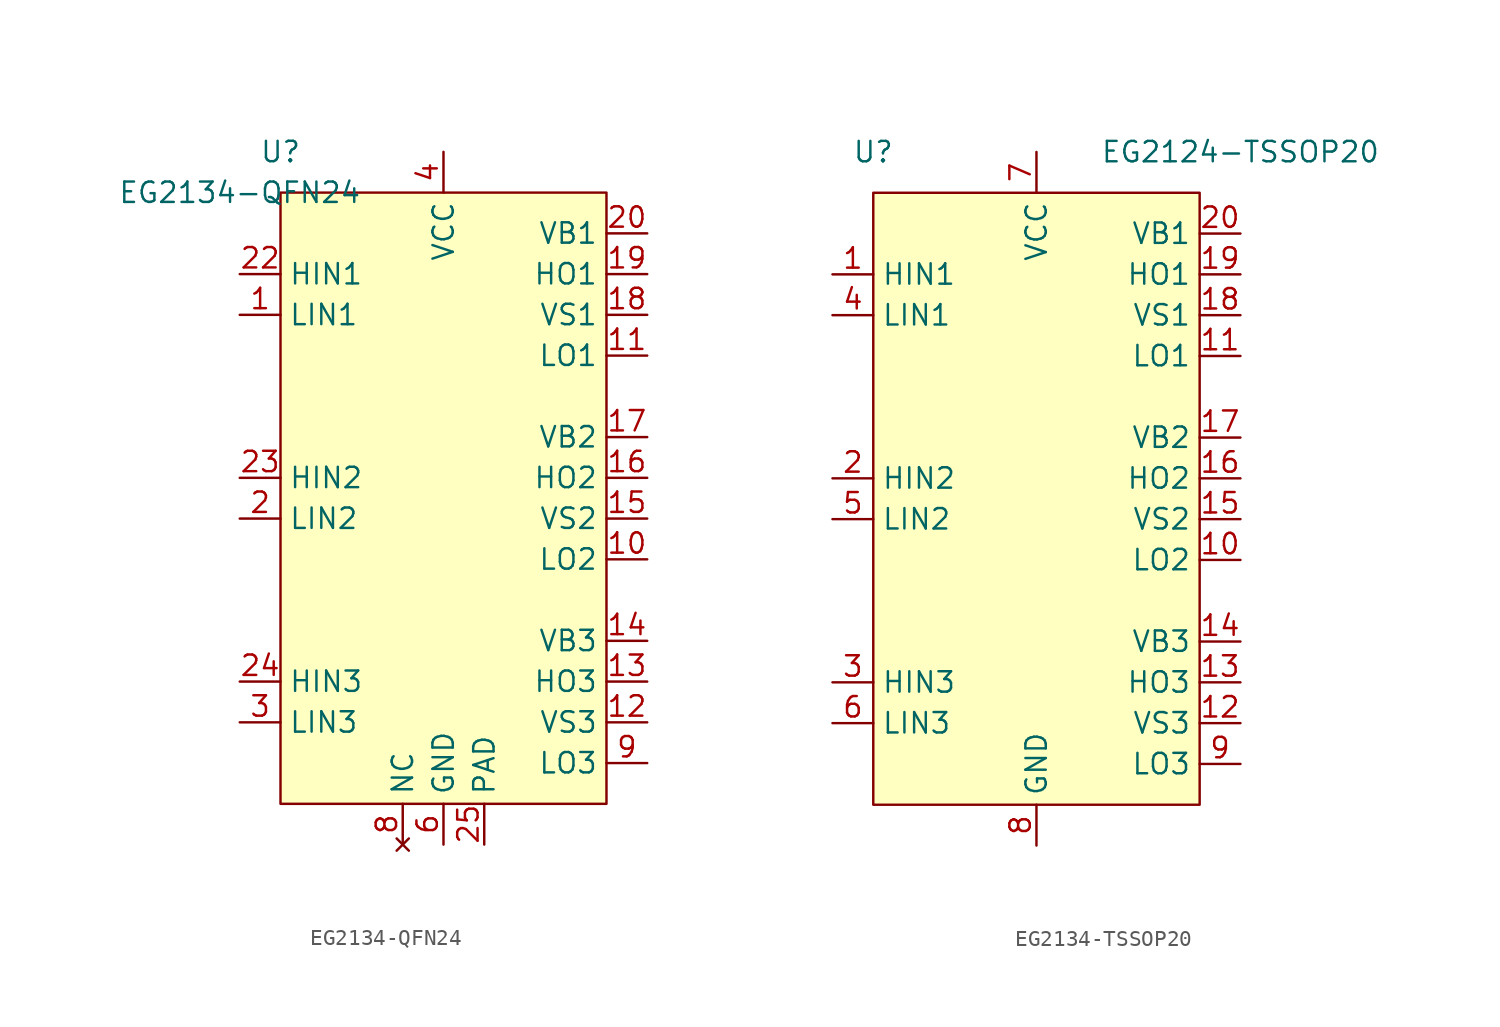
<source format=kicad_sym>
(kicad_symbol_lib
  (version 20220914)
  (generator kicad_symbol_editor)
  (symbol "EG2134-QFN24"
    (property "Reference" "U"
      (at 2.54 2.54 0)
      (effects (font (size 1.27 1.27))))
    (property "Value" "EG2134-QFN24"
      (at 0 0 0)
      (effects (font (size 1.27 1.27))))
    (symbol "EG2134-QFN24_0_0"
      (pin input line (at 0 -7.62 0) (length 2.54) (name "LIN1" (effects (font (size 1.27 1.27)))) (number "1" (effects (font (size 1.27 1.27)))))
      (pin input line (at 25.4 -22.86 180) (length 2.54) (name "LO2" (effects (font (size 1.27 1.27)))) (number "10" (effects (font (size 1.27 1.27)))))
      (pin output line (at 25.4 -10.16 180) (length 2.54) (name "LO1" (effects (font (size 1.27 1.27)))) (number "11" (effects (font (size 1.27 1.27)))))
      (pin input line (at 25.4 -33.02 180) (length 2.54) (name "VS3" (effects (font (size 1.27 1.27)))) (number "12" (effects (font (size 1.27 1.27)))))
      (pin output line (at 25.4 -30.48 180) (length 2.54) (name "HO3" (effects (font (size 1.27 1.27)))) (number "13" (effects (font (size 1.27 1.27)))))
      (pin power_in line (at 25.4 -27.94 180) (length 2.54) (name "VB3" (effects (font (size 1.27 1.27)))) (number "14" (effects (font (size 1.27 1.27)))))
      (pin power_in line (at 25.4 -20.32 180) (length 2.54) (name "VS2" (effects (font (size 1.27 1.27)))) (number "15" (effects (font (size 1.27 1.27)))))
      (pin output line (at 25.4 -17.78 180) (length 2.54) (name "HO2" (effects (font (size 1.27 1.27)))) (number "16" (effects (font (size 1.27 1.27)))))
      (pin power_in line (at 25.4 -15.24 180) (length 2.54) (name "VB2" (effects (font (size 1.27 1.27)))) (number "17" (effects (font (size 1.27 1.27)))))
      (pin power_in line (at 25.4 -7.62 180) (length 2.54) (name "VS1" (effects (font (size 1.27 1.27)))) (number "18" (effects (font (size 1.27 1.27)))))
      (pin output line (at 25.4 -5.08 180) (length 2.54) (name "HO1" (effects (font (size 1.27 1.27)))) (number "19" (effects (font (size 1.27 1.27)))))
      (pin input line (at 0 -20.32 0) (length 2.54) (name "LIN2" (effects (font (size 1.27 1.27)))) (number "2" (effects (font (size 1.27 1.27)))))
      (pin power_in line (at 25.4 -2.54 180) (length 2.54) (name "VB1" (effects (font (size 1.27 1.27)))) (number "20" (effects (font (size 1.27 1.27)))))
      (pin no_connect line (at 10.16 -40.64 90) (length 2.54) hide (name "NC" (effects (font (size 1.27 1.27)))) (number "21" (effects (font (size 1.27 1.27)))))
      (pin input line (at 0 -5.08 0) (length 2.54) (name "HIN1" (effects (font (size 1.27 1.27)))) (number "22" (effects (font (size 1.27 1.27)))))
      (pin input line (at 0 -17.78 0) (length 2.54) (name "HIN2" (effects (font (size 1.27 1.27)))) (number "23" (effects (font (size 1.27 1.27)))))
      (pin input line (at 0 -30.48 0) (length 2.54) (name "HIN3" (effects (font (size 1.27 1.27)))) (number "24" (effects (font (size 1.27 1.27)))))
      (pin power_out line (at 15.24 -40.64 90) (length 2.54) (name "PAD" (effects (font (size 1.27 1.27)))) (number "25" (effects (font (size 1.27 1.27)))))
      (pin input line (at 0 -33.02 0) (length 2.54) (name "LIN3" (effects (font (size 1.27 1.27)))) (number "3" (effects (font (size 1.27 1.27)))))
      (pin power_in line (at 12.7 2.54 270) (length 2.54) (name "VCC" (effects (font (size 1.27 1.27)))) (number "4" (effects (font (size 1.27 1.27)))))
      (pin no_connect line (at 10.16 -40.64 90) (length 2.54) hide (name "NC" (effects (font (size 1.27 1.27)))) (number "5" (effects (font (size 1.27 1.27)))))
      (pin power_in line (at 12.7 -40.64 90) (length 2.54) (name "GND" (effects (font (size 1.27 1.27)))) (number "6" (effects (font (size 1.27 1.27)))))
      (pin no_connect line (at 10.16 -40.64 90) (length 2.54) hide (name "NC" (effects (font (size 1.27 1.27)))) (number "7" (effects (font (size 1.27 1.27)))))
      (pin no_connect line (at 10.16 -40.64 90) (length 2.54) (name "NC" (effects (font (size 1.27 1.27)))) (number "8" (effects (font (size 1.27 1.27)))))
      (pin output line (at 25.4 -35.56 180) (length 2.54) (name "LO3" (effects (font (size 1.27 1.27)))) (number "9" (effects (font (size 1.27 1.27))))))
    (symbol "EG2134-QFN24_0_1"
      (rectangle (start 2.54 0) (end 22.86 -38.1) (stroke (width 0) (type default)) (fill (type background)))))
  (symbol "EG2134-TSSOP20"
    (property "Reference" "U"
      (at 2.54 5.08 0)
      (effects (font (size 1.27 1.27))))
    (property "Value" "EG2124-TSSOP20"
      (at 25.4 5.08 0)
      (effects (font (size 1.27 1.27))))
    (symbol "EG2134-TSSOP20_0_0"
      (pin input line (at 0 -2.54 0) (length 2.54) (name "HIN1" (effects (font (size 1.27 1.27)))) (number "1" (effects (font (size 1.27 1.27)))))
      (pin input line (at 25.4 -20.32 180) (length 2.54) (name "LO2" (effects (font (size 1.27 1.27)))) (number "10" (effects (font (size 1.27 1.27)))))
      (pin output line (at 25.4 -7.62 180) (length 2.54) (name "LO1" (effects (font (size 1.27 1.27)))) (number "11" (effects (font (size 1.27 1.27)))))
      (pin input line (at 25.4 -30.48 180) (length 2.54) (name "VS3" (effects (font (size 1.27 1.27)))) (number "12" (effects (font (size 1.27 1.27)))))
      (pin output line (at 25.4 -27.94 180) (length 2.54) (name "HO3" (effects (font (size 1.27 1.27)))) (number "13" (effects (font (size 1.27 1.27)))))
      (pin power_in line (at 25.4 -25.4 180) (length 2.54) (name "VB3" (effects (font (size 1.27 1.27)))) (number "14" (effects (font (size 1.27 1.27)))))
      (pin power_in line (at 25.4 -17.78 180) (length 2.54) (name "VS2" (effects (font (size 1.27 1.27)))) (number "15" (effects (font (size 1.27 1.27)))))
      (pin output line (at 25.4 -15.24 180) (length 2.54) (name "HO2" (effects (font (size 1.27 1.27)))) (number "16" (effects (font (size 1.27 1.27)))))
      (pin power_in line (at 25.4 -12.7 180) (length 2.54) (name "VB2" (effects (font (size 1.27 1.27)))) (number "17" (effects (font (size 1.27 1.27)))))
      (pin power_in line (at 25.4 -5.08 180) (length 2.54) (name "VS1" (effects (font (size 1.27 1.27)))) (number "18" (effects (font (size 1.27 1.27)))))
      (pin output line (at 25.4 -2.54 180) (length 2.54) (name "HO1" (effects (font (size 1.27 1.27)))) (number "19" (effects (font (size 1.27 1.27)))))
      (pin input line (at 0 -15.24 0) (length 2.54) (name "HIN2" (effects (font (size 1.27 1.27)))) (number "2" (effects (font (size 1.27 1.27)))))
      (pin power_in line (at 25.4 0 180) (length 2.54) (name "VB1" (effects (font (size 1.27 1.27)))) (number "20" (effects (font (size 1.27 1.27)))))
      (pin input line (at 0 -27.94 0) (length 2.54) (name "HIN3" (effects (font (size 1.27 1.27)))) (number "3" (effects (font (size 1.27 1.27)))))
      (pin input line (at 0 -5.08 0) (length 2.54) (name "LIN1" (effects (font (size 1.27 1.27)))) (number "4" (effects (font (size 1.27 1.27)))))
      (pin input line (at 0 -17.78 0) (length 2.54) (name "LIN2" (effects (font (size 1.27 1.27)))) (number "5" (effects (font (size 1.27 1.27)))))
      (pin input line (at 0 -30.48 0) (length 2.54) (name "LIN3" (effects (font (size 1.27 1.27)))) (number "6" (effects (font (size 1.27 1.27)))))
      (pin power_in line (at 12.7 5.08 270) (length 2.54) (name "VCC" (effects (font (size 1.27 1.27)))) (number "7" (effects (font (size 1.27 1.27)))))
      (pin power_in line (at 12.7 -38.1 90) (length 2.54) (name "GND" (effects (font (size 1.27 1.27)))) (number "8" (effects (font (size 1.27 1.27)))))
      (pin output line (at 25.4 -33.02 180) (length 2.54) (name "LO3" (effects (font (size 1.27 1.27)))) (number "9" (effects (font (size 1.27 1.27))))))
    (symbol "EG2134-TSSOP20_0_1"
      (rectangle (start 2.54 2.54) (end 22.86 -35.56) (stroke (width 0) (type default)) (fill (type background))))))
</source>
